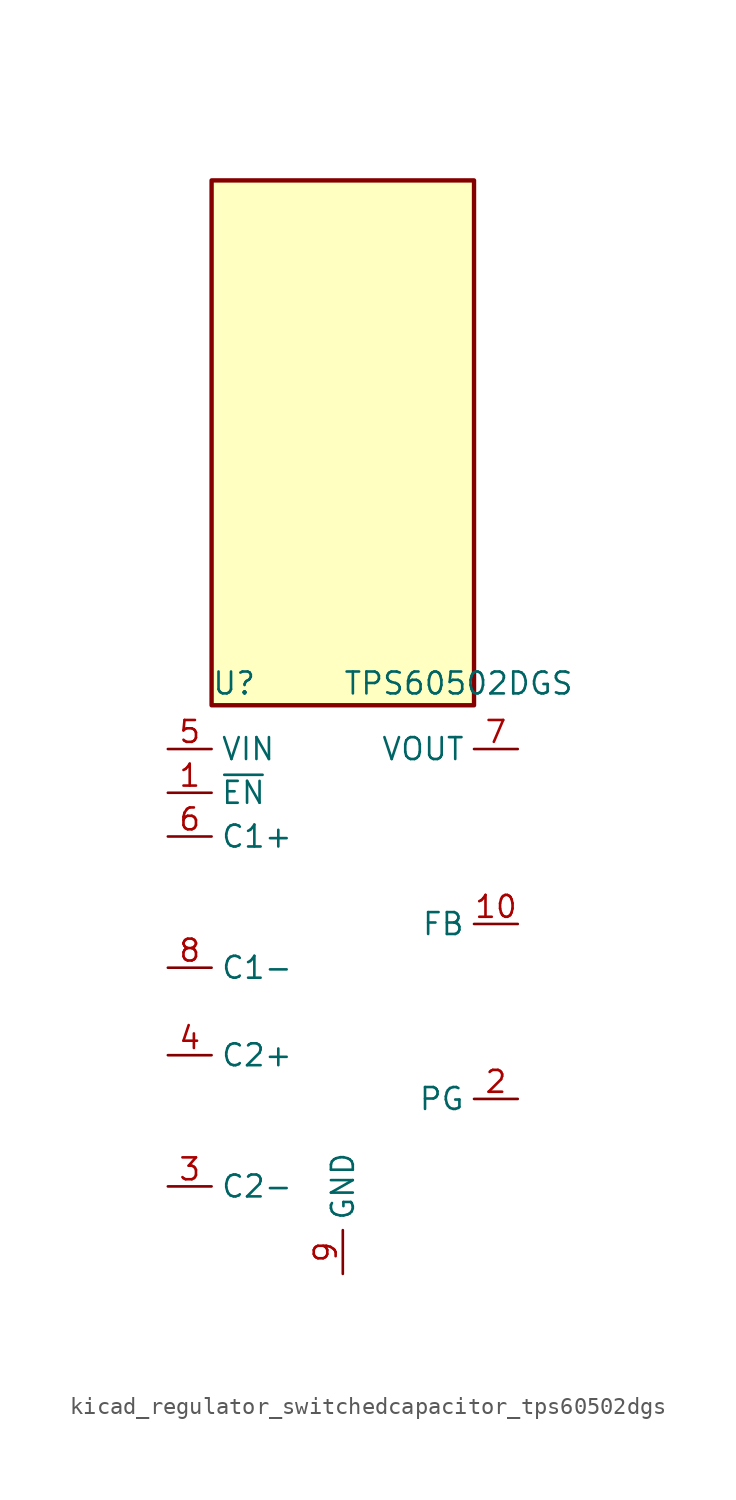
<source format=kicad_sym>
(kicad_symbol_lib
  (version 20220914)
  (generator kicad_symbol_editor)
  (symbol "kicad_regulator_switchedcapacitor_tps60502dgs"
    (property "Reference" "U"
      (at -7.62 16.51 0)
      (effects (font (size 1.27 1.27)) (justify left)))
    (property "Value" "TPS60502DGS"
      (at 0 16.51 0)
      (effects (font (size 1.27 1.27)) (justify left)))
    (symbol "kicad_regulator_switchedcapacitor_tps60502dgs_0_1"
      (rectangle (start 7.62 45.72) (end -7.62 15.24) (stroke (width 0.254) (type default)) (fill (type background))))
    (symbol "kicad_regulator_switchedcapacitor_tps60502dgs_1_1"
      (pin input line (at -10.16 10.16 0) (length 2.54) (name "~{EN}" (effects (font (size 1.27 1.27)))) (number "1" (effects (font (size 1.27 1.27)))))
      (pin input line (at 10.16 2.54 180) (length 2.54) (name "FB" (effects (font (size 1.27 1.27)))) (number "10" (effects (font (size 1.27 1.27)))))
      (pin open_collector line (at 10.16 -7.62 180) (length 2.54) (name "PG" (effects (font (size 1.27 1.27)))) (number "2" (effects (font (size 1.27 1.27)))))
      (pin passive line (at -10.16 -12.7 0) (length 2.54) (name "C2-" (effects (font (size 1.27 1.27)))) (number "3" (effects (font (size 1.27 1.27)))))
      (pin passive line (at -10.16 -5.08 0) (length 2.54) (name "C2+" (effects (font (size 1.27 1.27)))) (number "4" (effects (font (size 1.27 1.27)))))
      (pin power_in line (at -10.16 12.7 0) (length 2.54) (name "VIN" (effects (font (size 1.27 1.27)))) (number "5" (effects (font (size 1.27 1.27)))))
      (pin passive line (at -10.16 7.62 0) (length 2.54) (name "C1+" (effects (font (size 1.27 1.27)))) (number "6" (effects (font (size 1.27 1.27)))))
      (pin power_out line (at 10.16 12.7 180) (length 2.54) (name "VOUT" (effects (font (size 1.27 1.27)))) (number "7" (effects (font (size 1.27 1.27)))))
      (pin passive line (at -10.16 0 0) (length 2.54) (name "C1-" (effects (font (size 1.27 1.27)))) (number "8" (effects (font (size 1.27 1.27)))))
      (pin power_in line (at 0 -17.78 90) (length 2.54) (name "GND" (effects (font (size 1.27 1.27)))) (number "9" (effects (font (size 1.27 1.27))))))))
</source>
